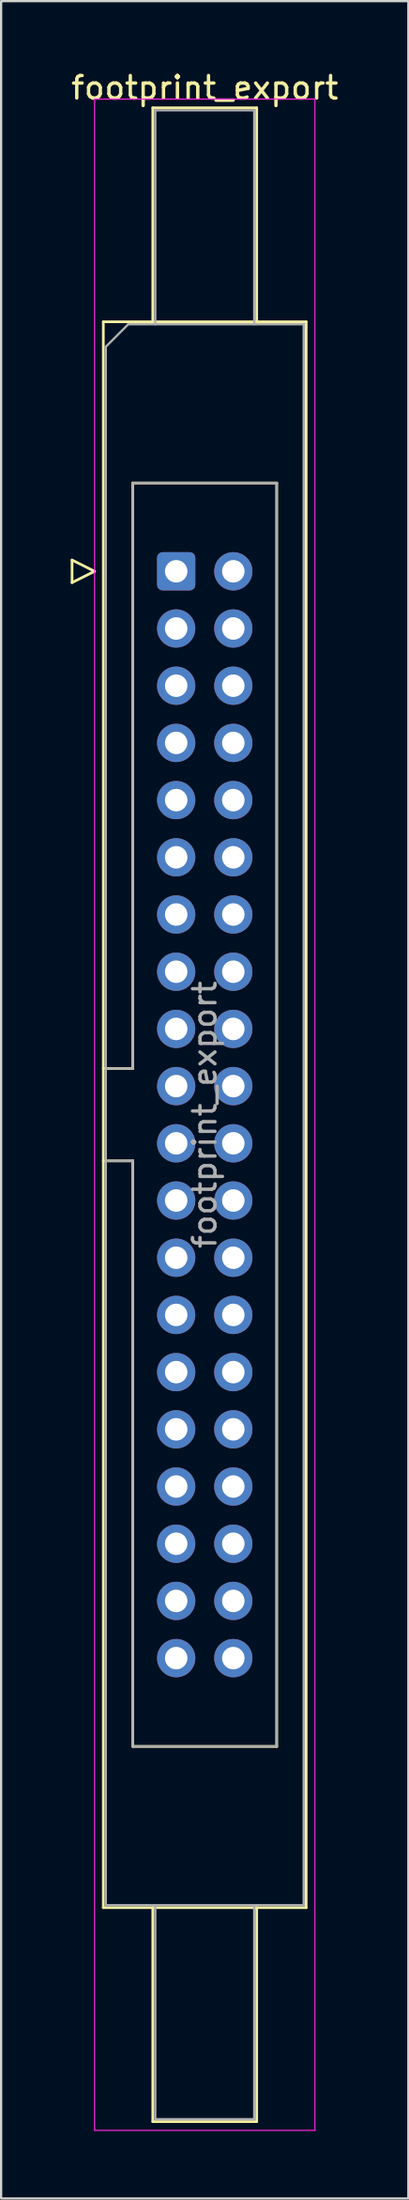
<source format=kicad_pcb>
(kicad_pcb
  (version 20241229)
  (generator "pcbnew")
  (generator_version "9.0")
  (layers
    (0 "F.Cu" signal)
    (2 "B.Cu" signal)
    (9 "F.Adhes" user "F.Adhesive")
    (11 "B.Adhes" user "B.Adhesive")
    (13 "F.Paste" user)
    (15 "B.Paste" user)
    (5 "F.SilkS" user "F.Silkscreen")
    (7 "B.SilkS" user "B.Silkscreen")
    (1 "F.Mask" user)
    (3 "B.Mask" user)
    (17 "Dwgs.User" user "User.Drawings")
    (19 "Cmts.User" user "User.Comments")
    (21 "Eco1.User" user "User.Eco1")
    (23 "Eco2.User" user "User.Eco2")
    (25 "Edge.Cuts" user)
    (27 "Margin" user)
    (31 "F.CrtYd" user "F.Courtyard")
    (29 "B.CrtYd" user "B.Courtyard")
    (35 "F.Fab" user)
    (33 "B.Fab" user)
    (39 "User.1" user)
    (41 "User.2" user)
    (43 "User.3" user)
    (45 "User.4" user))
  (footprint "footprint_export"
    (layer "F.Cu")
    (at 4.784 22.318)
    (property "Reference" "footprint_export" (at 1.27 -21.47 0) (layer "F.SilkS") (effects (font (size 1 1) (thickness 0.15))))
    (attr through_hole)
    (fp_line (start -4.63 -0.5) (end -4.63 0.5) (stroke (width 0.12) (type solid)) (layer "F.SilkS"))
    (fp_line (start -4.63 0.5) (end -3.63 0) (stroke (width 0.12) (type solid)) (layer "F.SilkS"))
    (fp_line (start -3.63 0) (end -4.63 -0.5) (stroke (width 0.12) (type solid)) (layer "F.SilkS"))
    (fp_line (start -3.24 -11.08) (end 5.78 -11.08) (stroke (width 0.12) (type solid)) (layer "F.SilkS"))
    (fp_line (start -3.24 22.08) (end -1.93 22.08) (stroke (width 0.12) (type solid)) (layer "F.SilkS"))
    (fp_line (start -3.24 59.34) (end -3.24 -11.08) (stroke (width 0.12) (type solid)) (layer "F.SilkS"))
    (fp_line (start -1.93 -3.92) (end 4.47 -3.92) (stroke (width 0.12) (type solid)) (layer "F.SilkS"))
    (fp_line (start -1.93 22.08) (end -1.93 -3.92) (stroke (width 0.12) (type solid)) (layer "F.SilkS"))
    (fp_line (start -1.93 26.18) (end -3.24 26.18) (stroke (width 0.12) (type solid)) (layer "F.SilkS"))
    (fp_line (start -1.93 26.18) (end -1.93 26.18) (stroke (width 0.12) (type solid)) (layer "F.SilkS"))
    (fp_line (start -1.93 52.18) (end -1.93 26.18) (stroke (width 0.12) (type solid)) (layer "F.SilkS"))
    (fp_line (start -1.04 -20.58) (end 3.58 -20.58) (stroke (width 0.12) (type solid)) (layer "F.SilkS"))
    (fp_line (start -1.04 -11.08) (end -1.04 -20.58) (stroke (width 0.12) (type solid)) (layer "F.SilkS"))
    (fp_line (start -1.04 59.34) (end -1.04 68.84) (stroke (width 0.12) (type solid)) (layer "F.SilkS"))
    (fp_line (start -1.04 68.84) (end 3.58 68.84) (stroke (width 0.12) (type solid)) (layer "F.SilkS"))
    (fp_line (start 3.58 -20.58) (end 3.58 -11.08) (stroke (width 0.12) (type solid)) (layer "F.SilkS"))
    (fp_line (start 3.58 68.84) (end 3.58 59.34) (stroke (width 0.12) (type solid)) (layer "F.SilkS"))
    (fp_line (start 4.47 -3.92) (end 4.47 52.18) (stroke (width 0.12) (type solid)) (layer "F.SilkS"))
    (fp_line (start 4.47 52.18) (end -1.93 52.18) (stroke (width 0.12) (type solid)) (layer "F.SilkS"))
    (fp_line (start 5.78 -11.08) (end 5.78 59.34) (stroke (width 0.12) (type solid)) (layer "F.SilkS"))
    (fp_line (start 5.78 59.34) (end -3.24 59.34) (stroke (width 0.12) (type solid)) (layer "F.SilkS"))
    (fp_line (start -3.63 -20.97) (end -3.63 69.23) (stroke (width 0.05) (type solid)) (layer "F.CrtYd"))
    (fp_line (start -3.63 69.23) (end 6.17 69.23) (stroke (width 0.05) (type solid)) (layer "F.CrtYd"))
    (fp_line (start 6.17 -20.97) (end -3.63 -20.97) (stroke (width 0.05) (type solid)) (layer "F.CrtYd"))
    (fp_line (start 6.17 69.23) (end 6.17 -20.97) (stroke (width 0.05) (type solid)) (layer "F.CrtYd"))
    (fp_line (start -3.13 -9.97) (end -2.13 -10.97) (stroke (width 0.1) (type solid)) (layer "F.Fab"))
    (fp_line (start -3.13 22.08) (end -1.93 22.08) (stroke (width 0.1) (type solid)) (layer "F.Fab"))
    (fp_line (start -3.13 59.23) (end -3.13 -9.97) (stroke (width 0.1) (type solid)) (layer "F.Fab"))
    (fp_line (start -2.13 -10.97) (end 5.67 -10.97) (stroke (width 0.1) (type solid)) (layer "F.Fab"))
    (fp_line (start -1.93 -3.92) (end 4.47 -3.92) (stroke (width 0.1) (type solid)) (layer "F.Fab"))
    (fp_line (start -1.93 22.08) (end -1.93 -3.92) (stroke (width 0.1) (type solid)) (layer "F.Fab"))
    (fp_line (start -1.93 26.18) (end -3.13 26.18) (stroke (width 0.1) (type solid)) (layer "F.Fab"))
    (fp_line (start -1.93 26.18) (end -1.93 26.18) (stroke (width 0.1) (type solid)) (layer "F.Fab"))
    (fp_line (start -1.93 52.18) (end -1.93 26.18) (stroke (width 0.1) (type solid)) (layer "F.Fab"))
    (fp_line (start -0.93 -20.47) (end 3.47 -20.47) (stroke (width 0.1) (type solid)) (layer "F.Fab"))
    (fp_line (start -0.93 -10.97) (end -0.93 -20.47) (stroke (width 0.1) (type solid)) (layer "F.Fab"))
    (fp_line (start -0.93 59.23) (end -0.93 68.73) (stroke (width 0.1) (type solid)) (layer "F.Fab"))
    (fp_line (start -0.93 68.73) (end 3.47 68.73) (stroke (width 0.1) (type solid)) (layer "F.Fab"))
    (fp_line (start 3.47 -20.47) (end 3.47 -10.97) (stroke (width 0.1) (type solid)) (layer "F.Fab"))
    (fp_line (start 3.47 68.73) (end 3.47 59.23) (stroke (width 0.1) (type solid)) (layer "F.Fab"))
    (fp_line (start 4.47 -3.92) (end 4.47 52.18) (stroke (width 0.1) (type solid)) (layer "F.Fab"))
    (fp_line (start 4.47 52.18) (end -1.93 52.18) (stroke (width 0.1) (type solid)) (layer "F.Fab"))
    (fp_line (start 5.67 -10.97) (end 5.67 59.23) (stroke (width 0.1) (type solid)) (layer "F.Fab"))
    (fp_line (start 5.67 59.23) (end -3.13 59.23) (stroke (width 0.1) (type solid)) (layer "F.Fab"))
    (fp_text user "${REFERENCE}" (at 1.27 24.13 90) (layer "F.Fab") (effects (font (size 1 1) (thickness 0.15))))
    (pad "1" thru_hole roundrect (at 0 0) (size 1.7 1.7) (drill 1) (layers "*.Cu" "*.Mask") (roundrect_rratio 0.147))
    (pad "2" thru_hole circle (at 2.54 0) (size 1.7 1.7) (drill 1) (layers "*.Cu" "*.Mask"))
    (pad "3" thru_hole circle (at 0 2.54) (size 1.7 1.7) (drill 1) (layers "*.Cu" "*.Mask"))
    (pad "4" thru_hole circle (at 2.54 2.54) (size 1.7 1.7) (drill 1) (layers "*.Cu" "*.Mask"))
    (pad "5" thru_hole circle (at 0 5.08) (size 1.7 1.7) (drill 1) (layers "*.Cu" "*.Mask"))
    (pad "6" thru_hole circle (at 2.54 5.08) (size 1.7 1.7) (drill 1) (layers "*.Cu" "*.Mask"))
    (pad "7" thru_hole circle (at 0 7.62) (size 1.7 1.7) (drill 1) (layers "*.Cu" "*.Mask"))
    (pad "8" thru_hole circle (at 2.54 7.62) (size 1.7 1.7) (drill 1) (layers "*.Cu" "*.Mask"))
    (pad "9" thru_hole circle (at 0 10.16) (size 1.7 1.7) (drill 1) (layers "*.Cu" "*.Mask"))
    (pad "10" thru_hole circle (at 2.54 10.16) (size 1.7 1.7) (drill 1) (layers "*.Cu" "*.Mask"))
    (pad "11" thru_hole circle (at 0 12.7) (size 1.7 1.7) (drill 1) (layers "*.Cu" "*.Mask"))
    (pad "12" thru_hole circle (at 2.54 12.7) (size 1.7 1.7) (drill 1) (layers "*.Cu" "*.Mask"))
    (pad "13" thru_hole circle (at 0 15.24) (size 1.7 1.7) (drill 1) (layers "*.Cu" "*.Mask"))
    (pad "14" thru_hole circle (at 2.54 15.24) (size 1.7 1.7) (drill 1) (layers "*.Cu" "*.Mask"))
    (pad "15" thru_hole circle (at 0 17.78) (size 1.7 1.7) (drill 1) (layers "*.Cu" "*.Mask"))
    (pad "16" thru_hole circle (at 2.54 17.78) (size 1.7 1.7) (drill 1) (layers "*.Cu" "*.Mask"))
    (pad "17" thru_hole circle (at 0 20.32) (size 1.7 1.7) (drill 1) (layers "*.Cu" "*.Mask"))
    (pad "18" thru_hole circle (at 2.54 20.32) (size 1.7 1.7) (drill 1) (layers "*.Cu" "*.Mask"))
    (pad "19" thru_hole circle (at 0 22.86) (size 1.7 1.7) (drill 1) (layers "*.Cu" "*.Mask"))
    (pad "20" thru_hole circle (at 2.54 22.86) (size 1.7 1.7) (drill 1) (layers "*.Cu" "*.Mask"))
    (pad "21" thru_hole circle (at 0 25.4) (size 1.7 1.7) (drill 1) (layers "*.Cu" "*.Mask"))
    (pad "22" thru_hole circle (at 2.54 25.4) (size 1.7 1.7) (drill 1) (layers "*.Cu" "*.Mask"))
    (pad "23" thru_hole circle (at 0 27.94) (size 1.7 1.7) (drill 1) (layers "*.Cu" "*.Mask"))
    (pad "24" thru_hole circle (at 2.54 27.94) (size 1.7 1.7) (drill 1) (layers "*.Cu" "*.Mask"))
    (pad "25" thru_hole circle (at 0 30.48) (size 1.7 1.7) (drill 1) (layers "*.Cu" "*.Mask"))
    (pad "26" thru_hole circle (at 2.54 30.48) (size 1.7 1.7) (drill 1) (layers "*.Cu" "*.Mask"))
    (pad "27" thru_hole circle (at 0 33.02) (size 1.7 1.7) (drill 1) (layers "*.Cu" "*.Mask"))
    (pad "28" thru_hole circle (at 2.54 33.02) (size 1.7 1.7) (drill 1) (layers "*.Cu" "*.Mask"))
    (pad "29" thru_hole circle (at 0 35.56) (size 1.7 1.7) (drill 1) (layers "*.Cu" "*.Mask"))
    (pad "30" thru_hole circle (at 2.54 35.56) (size 1.7 1.7) (drill 1) (layers "*.Cu" "*.Mask"))
    (pad "31" thru_hole circle (at 0 38.1) (size 1.7 1.7) (drill 1) (layers "*.Cu" "*.Mask"))
    (pad "32" thru_hole circle (at 2.54 38.1) (size 1.7 1.7) (drill 1) (layers "*.Cu" "*.Mask"))
    (pad "33" thru_hole circle (at 0 40.64) (size 1.7 1.7) (drill 1) (layers "*.Cu" "*.Mask"))
    (pad "34" thru_hole circle (at 2.54 40.64) (size 1.7 1.7) (drill 1) (layers "*.Cu" "*.Mask"))
    (pad "35" thru_hole circle (at 0 43.18) (size 1.7 1.7) (drill 1) (layers "*.Cu" "*.Mask"))
    (pad "36" thru_hole circle (at 2.54 43.18) (size 1.7 1.7) (drill 1) (layers "*.Cu" "*.Mask"))
    (pad "37" thru_hole circle (at 0 45.72) (size 1.7 1.7) (drill 1) (layers "*.Cu" "*.Mask"))
    (pad "38" thru_hole circle (at 2.54 45.72) (size 1.7 1.7) (drill 1) (layers "*.Cu" "*.Mask"))
    (pad "39" thru_hole circle (at 0 48.26) (size 1.7 1.7) (drill 1) (layers "*.Cu" "*.Mask"))
    (pad "40" thru_hole circle (at 2.54 48.26) (size 1.7 1.7) (drill 1) (layers "*.Cu" "*.Mask")))
  (gr_rect
    (start -3 -3)
    (end 15.107 94.573)
    (stroke (width 0.1) (type default))
    (fill no)
    (layer "Edge.Cuts")))
</source>
